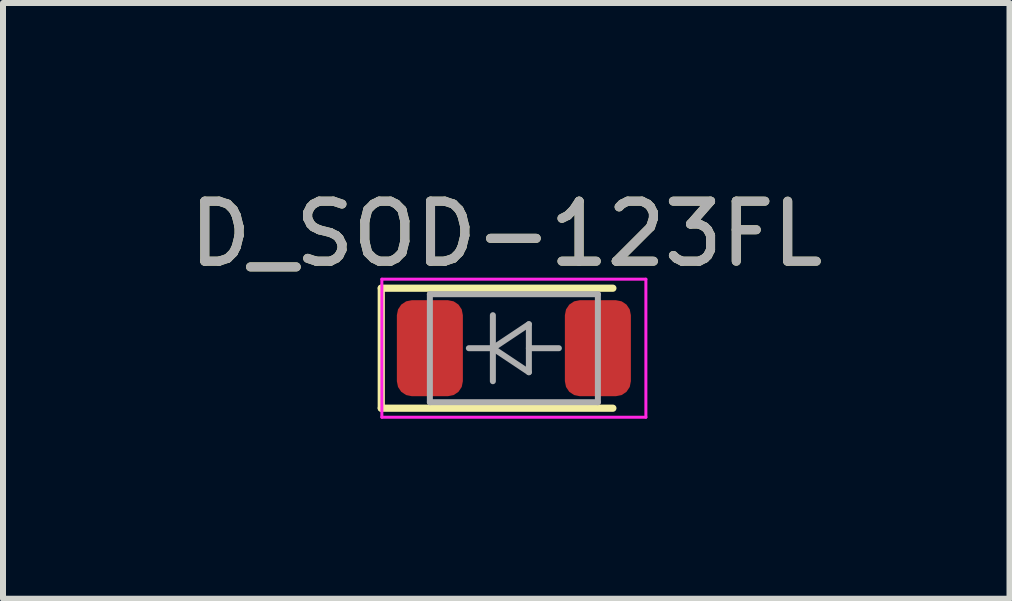
<source format=kicad_pcb>
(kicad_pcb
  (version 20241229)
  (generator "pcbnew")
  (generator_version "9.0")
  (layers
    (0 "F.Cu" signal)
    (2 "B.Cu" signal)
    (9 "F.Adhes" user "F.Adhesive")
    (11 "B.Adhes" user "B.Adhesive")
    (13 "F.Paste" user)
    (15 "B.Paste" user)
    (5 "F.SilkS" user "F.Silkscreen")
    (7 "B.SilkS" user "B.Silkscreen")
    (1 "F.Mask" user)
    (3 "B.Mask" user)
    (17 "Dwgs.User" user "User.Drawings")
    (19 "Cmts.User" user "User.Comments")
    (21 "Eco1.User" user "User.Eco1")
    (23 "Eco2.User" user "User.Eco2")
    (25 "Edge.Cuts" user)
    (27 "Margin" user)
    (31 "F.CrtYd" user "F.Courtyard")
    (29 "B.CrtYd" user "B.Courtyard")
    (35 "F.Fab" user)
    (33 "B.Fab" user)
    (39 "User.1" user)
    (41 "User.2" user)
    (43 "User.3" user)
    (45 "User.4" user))
  (footprint "D_SOD-123FL"
    (layer "F.Cu")
    (at 5.514 2.753)
    (property "Reference" "D_SOD-123FL" (at -0.127 -1.905 0) (layer "F.SilkS") (effects (font (size 1 1) (thickness 0.15))))
    (attr smd)
    (fp_line (start -2.21 -1) (end -2.21 1) (stroke (width 0.12) (type solid)) (layer "F.SilkS"))
    (fp_line (start -2.21 -1) (end 1.65 -1) (stroke (width 0.12) (type solid)) (layer "F.SilkS"))
    (fp_line (start -2.21 1) (end 1.65 1) (stroke (width 0.12) (type solid)) (layer "F.SilkS"))
    (fp_line (start -2.2 -1.15) (end -2.2 1.15) (stroke (width 0.05) (type solid)) (layer "F.CrtYd"))
    (fp_line (start -2.2 -1.15) (end 2.2 -1.15) (stroke (width 0.05) (type solid)) (layer "F.CrtYd"))
    (fp_line (start 2.2 -1.15) (end 2.2 1.15) (stroke (width 0.05) (type solid)) (layer "F.CrtYd"))
    (fp_line (start 2.2 1.15) (end -2.2 1.15) (stroke (width 0.05) (type solid)) (layer "F.CrtYd"))
    (fp_line (start -1.4 -0.9) (end 1.4 -0.9) (stroke (width 0.1) (type solid)) (layer "F.Fab"))
    (fp_line (start -1.4 0.9) (end -1.4 -0.9) (stroke (width 0.1) (type solid)) (layer "F.Fab"))
    (fp_line (start -0.75 0) (end -0.35 0) (stroke (width 0.1) (type solid)) (layer "F.Fab"))
    (fp_line (start -0.35 0) (end -0.35 -0.55) (stroke (width 0.1) (type solid)) (layer "F.Fab"))
    (fp_line (start -0.35 0) (end -0.35 0.55) (stroke (width 0.1) (type solid)) (layer "F.Fab"))
    (fp_line (start -0.35 0) (end 0.25 -0.4) (stroke (width 0.1) (type solid)) (layer "F.Fab"))
    (fp_line (start 0.25 -0.4) (end 0.25 0.4) (stroke (width 0.1) (type solid)) (layer "F.Fab"))
    (fp_line (start 0.25 0) (end 0.75 0) (stroke (width 0.1) (type solid)) (layer "F.Fab"))
    (fp_line (start 0.25 0.4) (end -0.35 0) (stroke (width 0.1) (type solid)) (layer "F.Fab"))
    (fp_line (start 1.4 -0.9) (end 1.4 0.9) (stroke (width 0.1) (type solid)) (layer "F.Fab"))
    (fp_line (start 1.4 0.9) (end -1.4 0.9) (stroke (width 0.1) (type solid)) (layer "F.Fab"))
    (fp_text user "${REFERENCE}" (at -0.127 -1.905 0) (layer "F.Fab") (effects (font (size 1 1) (thickness 0.15))))
    (pad "1" smd roundrect (at -1.4 0) (size 1.1 1.6) (layers "F.Cu" "F.Mask" "F.Paste") (roundrect_rratio 0.227))
    (pad "2" smd roundrect (at 1.4 0) (size 1.1 1.6) (layers "F.Cu" "F.Mask" "F.Paste") (roundrect_rratio 0.227)))
  (gr_rect
    (start -3 -3)
    (end 13.774 6.928)
    (stroke (width 0.1) (type default))
    (fill no)
    (layer "Edge.Cuts")))
</source>
